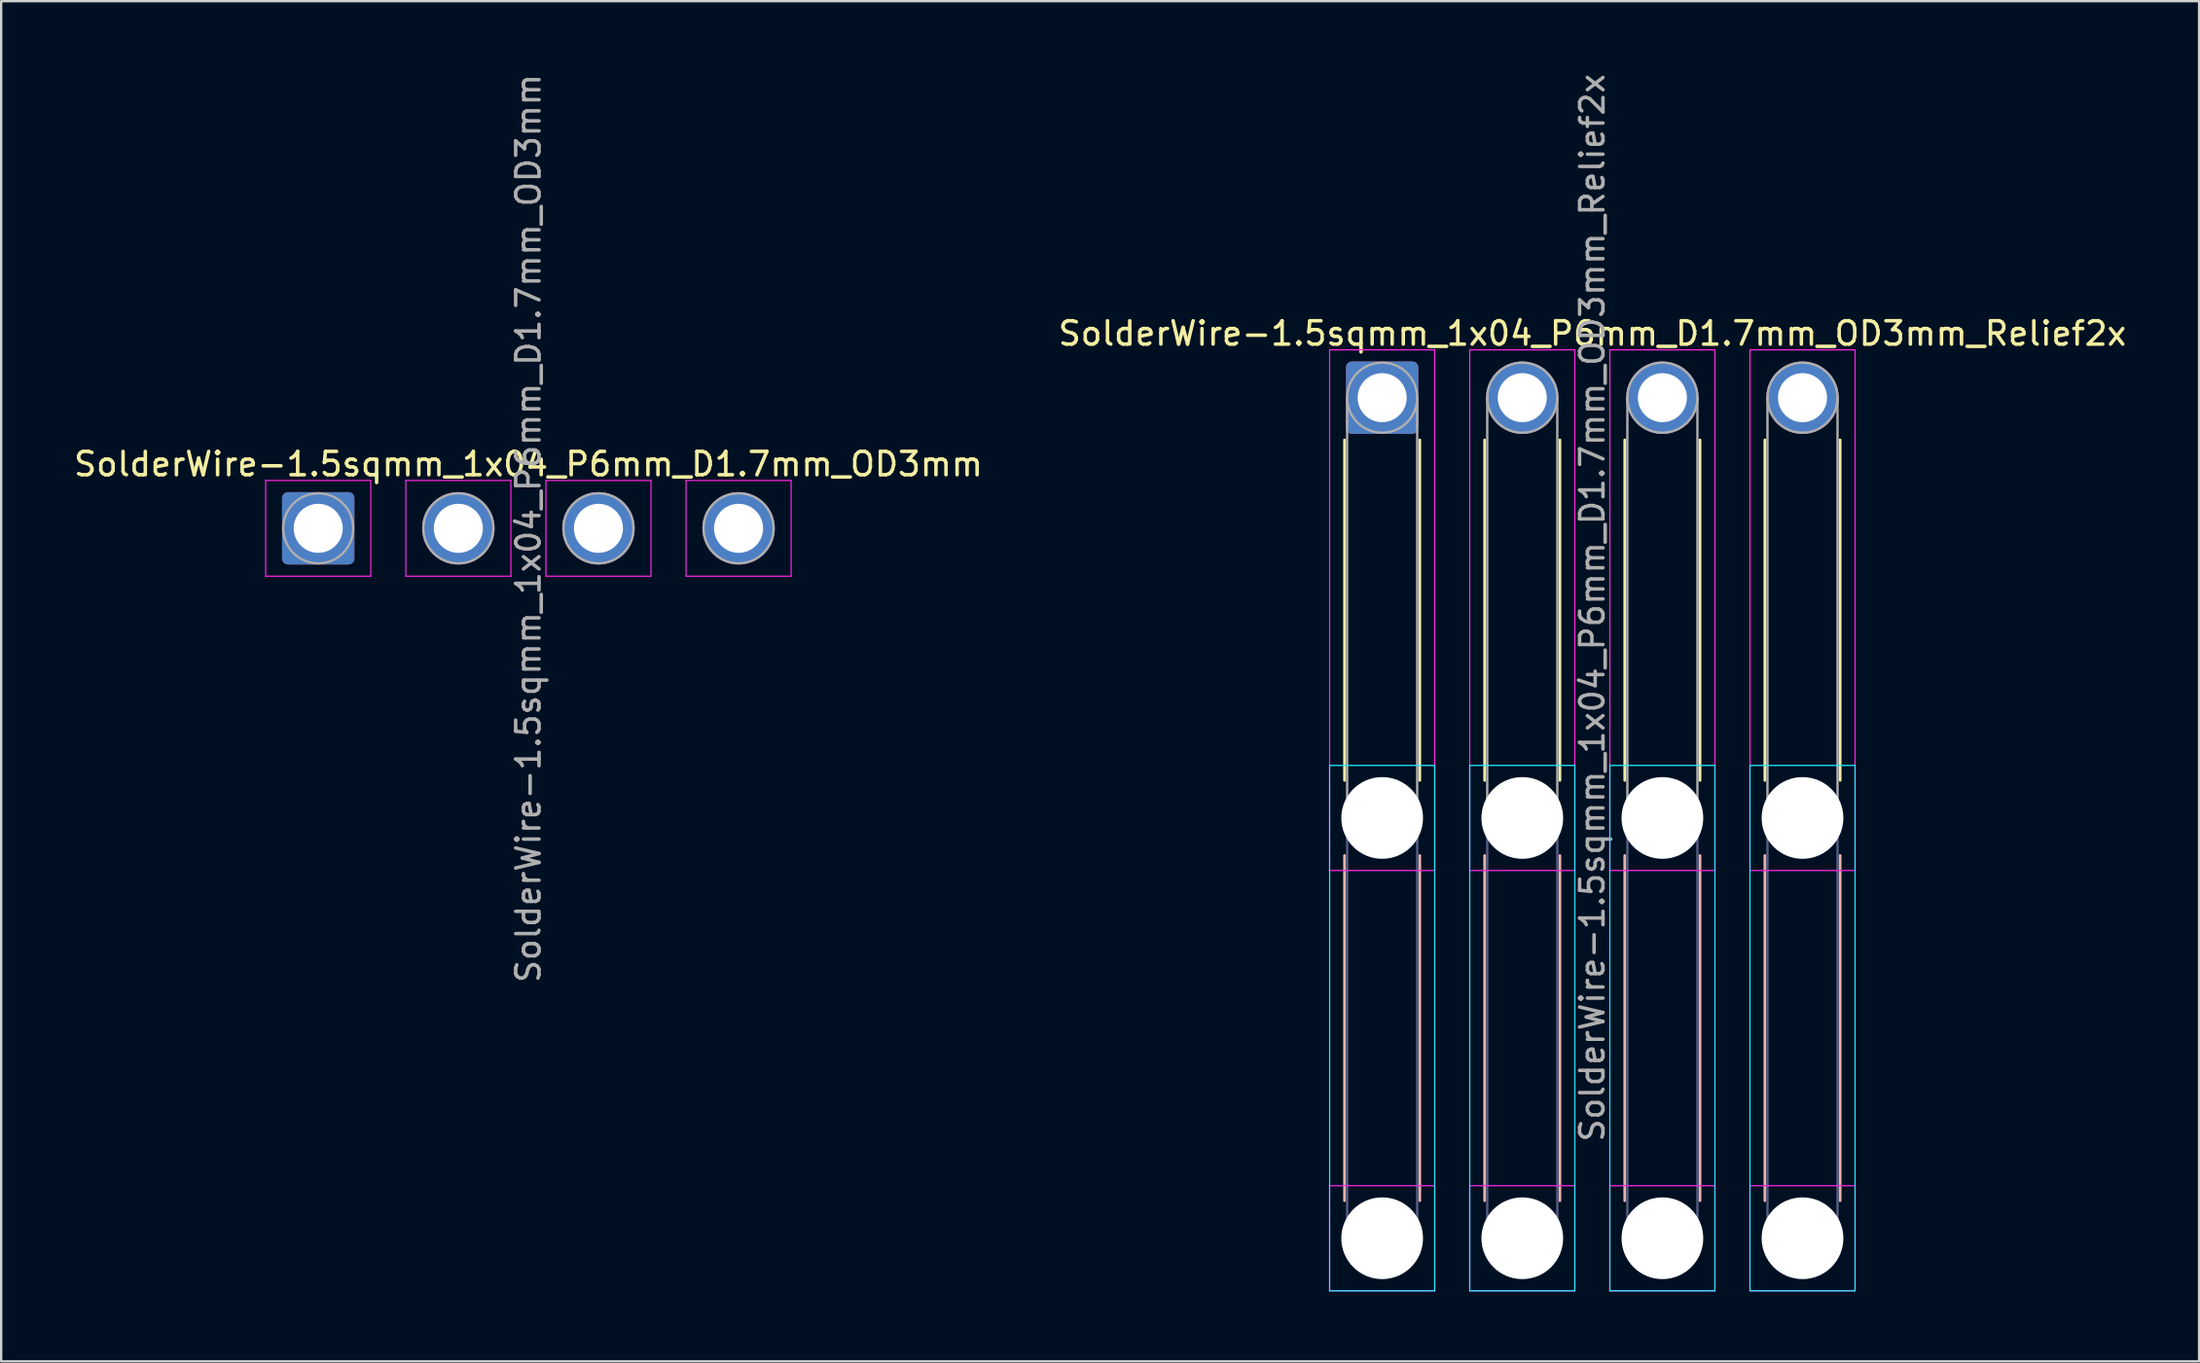
<source format=kicad_pcb>
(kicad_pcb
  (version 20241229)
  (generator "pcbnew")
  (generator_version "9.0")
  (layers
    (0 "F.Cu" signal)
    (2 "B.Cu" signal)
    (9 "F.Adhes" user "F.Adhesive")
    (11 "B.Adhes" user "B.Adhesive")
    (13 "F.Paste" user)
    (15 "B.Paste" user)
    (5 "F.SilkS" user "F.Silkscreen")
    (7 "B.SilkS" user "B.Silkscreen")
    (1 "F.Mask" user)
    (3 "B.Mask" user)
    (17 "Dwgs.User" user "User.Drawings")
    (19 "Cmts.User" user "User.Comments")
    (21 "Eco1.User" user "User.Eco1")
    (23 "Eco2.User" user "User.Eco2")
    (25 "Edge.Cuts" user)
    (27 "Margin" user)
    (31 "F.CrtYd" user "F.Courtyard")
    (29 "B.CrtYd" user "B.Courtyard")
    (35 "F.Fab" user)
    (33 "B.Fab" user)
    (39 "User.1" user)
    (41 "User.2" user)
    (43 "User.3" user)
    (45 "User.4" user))
  (footprint "SolderWire-1.5sqmm_1x04_P6mm_D1.7mm_OD3mm"
    (layer "F.Cu")
    (at 10.577 19.577)
    (property "Reference" "SolderWire-1.5sqmm_1x04_P6mm_D1.7mm_OD3mm" (at 9 -2.75 0) (layer "F.SilkS") (effects (font (size 1 1) (thickness 0.15))))
    (attr exclude_from_pos_files exclude_from_bom)
    (fp_line (start -2.25 -2.05) (end -2.25 2.05) (stroke (width 0.05) (type solid)) (layer "F.CrtYd"))
    (fp_line (start -2.25 2.05) (end 2.25 2.05) (stroke (width 0.05) (type solid)) (layer "F.CrtYd"))
    (fp_line (start 2.25 -2.05) (end -2.25 -2.05) (stroke (width 0.05) (type solid)) (layer "F.CrtYd"))
    (fp_line (start 2.25 2.05) (end 2.25 -2.05) (stroke (width 0.05) (type solid)) (layer "F.CrtYd"))
    (fp_line (start 3.75 -2.05) (end 3.75 2.05) (stroke (width 0.05) (type solid)) (layer "F.CrtYd"))
    (fp_line (start 3.75 2.05) (end 8.25 2.05) (stroke (width 0.05) (type solid)) (layer "F.CrtYd"))
    (fp_line (start 8.25 -2.05) (end 3.75 -2.05) (stroke (width 0.05) (type solid)) (layer "F.CrtYd"))
    (fp_line (start 8.25 2.05) (end 8.25 -2.05) (stroke (width 0.05) (type solid)) (layer "F.CrtYd"))
    (fp_line (start 9.75 -2.05) (end 9.75 2.05) (stroke (width 0.05) (type solid)) (layer "F.CrtYd"))
    (fp_line (start 9.75 2.05) (end 14.25 2.05) (stroke (width 0.05) (type solid)) (layer "F.CrtYd"))
    (fp_line (start 14.25 -2.05) (end 9.75 -2.05) (stroke (width 0.05) (type solid)) (layer "F.CrtYd"))
    (fp_line (start 14.25 2.05) (end 14.25 -2.05) (stroke (width 0.05) (type solid)) (layer "F.CrtYd"))
    (fp_line (start 15.75 -2.05) (end 15.75 2.05) (stroke (width 0.05) (type solid)) (layer "F.CrtYd"))
    (fp_line (start 15.75 2.05) (end 20.25 2.05) (stroke (width 0.05) (type solid)) (layer "F.CrtYd"))
    (fp_line (start 20.25 -2.05) (end 15.75 -2.05) (stroke (width 0.05) (type solid)) (layer "F.CrtYd"))
    (fp_line (start 20.25 2.05) (end 20.25 -2.05) (stroke (width 0.05) (type solid)) (layer "F.CrtYd"))
    (fp_circle (center 0 0) (end 1.5 0) (stroke (width 0.1) (type solid)) (fill no) (layer "F.Fab"))
    (fp_circle (center 6 0) (end 7.5 0) (stroke (width 0.1) (type solid)) (fill no) (layer "F.Fab"))
    (fp_circle (center 12 0) (end 13.5 0) (stroke (width 0.1) (type solid)) (fill no) (layer "F.Fab"))
    (fp_circle (center 18 0) (end 19.5 0) (stroke (width 0.1) (type solid)) (fill no) (layer "F.Fab"))
    (fp_text user "${REFERENCE}" (at 9 0 90) (layer "F.Fab") (effects (font (size 1 1) (thickness 0.15))))
    (pad "1" thru_hole roundrect (at 0 0) (size 3.1 3.1) (drill 2.1) (layers "*.Cu" "*.Mask") (roundrect_rratio 0.081))
    (pad "2" thru_hole circle (at 6 0) (size 3.1 3.1) (drill 2.1) (layers "*.Cu" "*.Mask"))
    (pad "3" thru_hole circle (at 12 0) (size 3.1 3.1) (drill 2.1) (layers "*.Cu" "*.Mask"))
    (pad "4" thru_hole circle (at 18 0) (size 3.1 3.1) (drill 2.1) (layers "*.Cu" "*.Mask")))
  (footprint "SolderWire-1.5sqmm_1x04_P6mm_D1.7mm_OD3mm_Relief2x"
    (layer "F.Cu")
    (at 56.137 13.982)
    (property "Reference" "SolderWire-1.5sqmm_1x04_P6mm_D1.7mm_OD3mm_Relief2x" (at 9 -2.75 0) (layer "F.SilkS") (effects (font (size 1 1) (thickness 0.15))))
    (attr exclude_from_pos_files exclude_from_bom)
    (fp_line (start -1.61 1.81) (end -1.61 16.39) (stroke (width 0.12) (type solid)) (layer "F.SilkS"))
    (fp_line (start 1.61 1.81) (end 1.61 16.39) (stroke (width 0.12) (type solid)) (layer "F.SilkS"))
    (fp_line (start 4.39 1.81) (end 4.39 16.39) (stroke (width 0.12) (type solid)) (layer "F.SilkS"))
    (fp_line (start 7.61 1.81) (end 7.61 16.39) (stroke (width 0.12) (type solid)) (layer "F.SilkS"))
    (fp_line (start 10.39 1.81) (end 10.39 16.39) (stroke (width 0.12) (type solid)) (layer "F.SilkS"))
    (fp_line (start 13.61 1.81) (end 13.61 16.39) (stroke (width 0.12) (type solid)) (layer "F.SilkS"))
    (fp_line (start 16.39 1.81) (end 16.39 16.39) (stroke (width 0.12) (type solid)) (layer "F.SilkS"))
    (fp_line (start 19.61 1.81) (end 19.61 16.39) (stroke (width 0.12) (type solid)) (layer "F.SilkS"))
    (fp_line (start -1.61 19.61) (end -1.61 34.39) (stroke (width 0.12) (type solid)) (layer "B.SilkS"))
    (fp_line (start 1.61 19.61) (end 1.61 34.39) (stroke (width 0.12) (type solid)) (layer "B.SilkS"))
    (fp_line (start 4.39 19.61) (end 4.39 34.39) (stroke (width 0.12) (type solid)) (layer "B.SilkS"))
    (fp_line (start 7.61 19.61) (end 7.61 34.39) (stroke (width 0.12) (type solid)) (layer "B.SilkS"))
    (fp_line (start 10.39 19.61) (end 10.39 34.39) (stroke (width 0.12) (type solid)) (layer "B.SilkS"))
    (fp_line (start 13.61 19.61) (end 13.61 34.39) (stroke (width 0.12) (type solid)) (layer "B.SilkS"))
    (fp_line (start 16.39 19.61) (end 16.39 34.39) (stroke (width 0.12) (type solid)) (layer "B.SilkS"))
    (fp_line (start 19.61 19.61) (end 19.61 34.39) (stroke (width 0.12) (type solid)) (layer "B.SilkS"))
    (fp_line (start -2.25 15.75) (end -2.25 38.25) (stroke (width 0.05) (type solid)) (layer "B.CrtYd"))
    (fp_line (start -2.25 38.25) (end 2.25 38.25) (stroke (width 0.05) (type solid)) (layer "B.CrtYd"))
    (fp_line (start 2.25 15.75) (end -2.25 15.75) (stroke (width 0.05) (type solid)) (layer "B.CrtYd"))
    (fp_line (start 2.25 38.25) (end 2.25 15.75) (stroke (width 0.05) (type solid)) (layer "B.CrtYd"))
    (fp_line (start 3.75 15.75) (end 3.75 38.25) (stroke (width 0.05) (type solid)) (layer "B.CrtYd"))
    (fp_line (start 3.75 38.25) (end 8.25 38.25) (stroke (width 0.05) (type solid)) (layer "B.CrtYd"))
    (fp_line (start 8.25 15.75) (end 3.75 15.75) (stroke (width 0.05) (type solid)) (layer "B.CrtYd"))
    (fp_line (start 8.25 38.25) (end 8.25 15.75) (stroke (width 0.05) (type solid)) (layer "B.CrtYd"))
    (fp_line (start 9.75 15.75) (end 9.75 38.25) (stroke (width 0.05) (type solid)) (layer "B.CrtYd"))
    (fp_line (start 9.75 38.25) (end 14.25 38.25) (stroke (width 0.05) (type solid)) (layer "B.CrtYd"))
    (fp_line (start 14.25 15.75) (end 9.75 15.75) (stroke (width 0.05) (type solid)) (layer "B.CrtYd"))
    (fp_line (start 14.25 38.25) (end 14.25 15.75) (stroke (width 0.05) (type solid)) (layer "B.CrtYd"))
    (fp_line (start 15.75 15.75) (end 15.75 38.25) (stroke (width 0.05) (type solid)) (layer "B.CrtYd"))
    (fp_line (start 15.75 38.25) (end 20.25 38.25) (stroke (width 0.05) (type solid)) (layer "B.CrtYd"))
    (fp_line (start 20.25 15.75) (end 15.75 15.75) (stroke (width 0.05) (type solid)) (layer "B.CrtYd"))
    (fp_line (start 20.25 38.25) (end 20.25 15.75) (stroke (width 0.05) (type solid)) (layer "B.CrtYd"))
    (fp_line (start -2.25 -2.05) (end -2.25 20.25) (stroke (width 0.05) (type solid)) (layer "F.CrtYd"))
    (fp_line (start -2.25 20.25) (end 2.25 20.25) (stroke (width 0.05) (type solid)) (layer "F.CrtYd"))
    (fp_line (start -2.25 33.75) (end -2.25 38.25) (stroke (width 0.05) (type solid)) (layer "F.CrtYd"))
    (fp_line (start -2.25 38.25) (end 2.25 38.25) (stroke (width 0.05) (type solid)) (layer "F.CrtYd"))
    (fp_line (start 2.25 -2.05) (end -2.25 -2.05) (stroke (width 0.05) (type solid)) (layer "F.CrtYd"))
    (fp_line (start 2.25 20.25) (end 2.25 -2.05) (stroke (width 0.05) (type solid)) (layer "F.CrtYd"))
    (fp_line (start 2.25 33.75) (end -2.25 33.75) (stroke (width 0.05) (type solid)) (layer "F.CrtYd"))
    (fp_line (start 2.25 38.25) (end 2.25 33.75) (stroke (width 0.05) (type solid)) (layer "F.CrtYd"))
    (fp_line (start 3.75 -2.05) (end 3.75 20.25) (stroke (width 0.05) (type solid)) (layer "F.CrtYd"))
    (fp_line (start 3.75 20.25) (end 8.25 20.25) (stroke (width 0.05) (type solid)) (layer "F.CrtYd"))
    (fp_line (start 3.75 33.75) (end 3.75 38.25) (stroke (width 0.05) (type solid)) (layer "F.CrtYd"))
    (fp_line (start 3.75 38.25) (end 8.25 38.25) (stroke (width 0.05) (type solid)) (layer "F.CrtYd"))
    (fp_line (start 8.25 -2.05) (end 3.75 -2.05) (stroke (width 0.05) (type solid)) (layer "F.CrtYd"))
    (fp_line (start 8.25 20.25) (end 8.25 -2.05) (stroke (width 0.05) (type solid)) (layer "F.CrtYd"))
    (fp_line (start 8.25 33.75) (end 3.75 33.75) (stroke (width 0.05) (type solid)) (layer "F.CrtYd"))
    (fp_line (start 8.25 38.25) (end 8.25 33.75) (stroke (width 0.05) (type solid)) (layer "F.CrtYd"))
    (fp_line (start 9.75 -2.05) (end 9.75 20.25) (stroke (width 0.05) (type solid)) (layer "F.CrtYd"))
    (fp_line (start 9.75 20.25) (end 14.25 20.25) (stroke (width 0.05) (type solid)) (layer "F.CrtYd"))
    (fp_line (start 9.75 33.75) (end 9.75 38.25) (stroke (width 0.05) (type solid)) (layer "F.CrtYd"))
    (fp_line (start 9.75 38.25) (end 14.25 38.25) (stroke (width 0.05) (type solid)) (layer "F.CrtYd"))
    (fp_line (start 14.25 -2.05) (end 9.75 -2.05) (stroke (width 0.05) (type solid)) (layer "F.CrtYd"))
    (fp_line (start 14.25 20.25) (end 14.25 -2.05) (stroke (width 0.05) (type solid)) (layer "F.CrtYd"))
    (fp_line (start 14.25 33.75) (end 9.75 33.75) (stroke (width 0.05) (type solid)) (layer "F.CrtYd"))
    (fp_line (start 14.25 38.25) (end 14.25 33.75) (stroke (width 0.05) (type solid)) (layer "F.CrtYd"))
    (fp_line (start 15.75 -2.05) (end 15.75 20.25) (stroke (width 0.05) (type solid)) (layer "F.CrtYd"))
    (fp_line (start 15.75 20.25) (end 20.25 20.25) (stroke (width 0.05) (type solid)) (layer "F.CrtYd"))
    (fp_line (start 15.75 33.75) (end 15.75 38.25) (stroke (width 0.05) (type solid)) (layer "F.CrtYd"))
    (fp_line (start 15.75 38.25) (end 20.25 38.25) (stroke (width 0.05) (type solid)) (layer "F.CrtYd"))
    (fp_line (start 20.25 -2.05) (end 15.75 -2.05) (stroke (width 0.05) (type solid)) (layer "F.CrtYd"))
    (fp_line (start 20.25 20.25) (end 20.25 -2.05) (stroke (width 0.05) (type solid)) (layer "F.CrtYd"))
    (fp_line (start 20.25 33.75) (end 15.75 33.75) (stroke (width 0.05) (type solid)) (layer "F.CrtYd"))
    (fp_line (start 20.25 38.25) (end 20.25 33.75) (stroke (width 0.05) (type solid)) (layer "F.CrtYd"))
    (fp_line (start -1.5 18) (end -1.5 36) (stroke (width 0.1) (type solid)) (layer "B.Fab"))
    (fp_line (start 1.5 18) (end 1.5 36) (stroke (width 0.1) (type solid)) (layer "B.Fab"))
    (fp_line (start 4.5 18) (end 4.5 36) (stroke (width 0.1) (type solid)) (layer "B.Fab"))
    (fp_line (start 7.5 18) (end 7.5 36) (stroke (width 0.1) (type solid)) (layer "B.Fab"))
    (fp_line (start 10.5 18) (end 10.5 36) (stroke (width 0.1) (type solid)) (layer "B.Fab"))
    (fp_line (start 13.5 18) (end 13.5 36) (stroke (width 0.1) (type solid)) (layer "B.Fab"))
    (fp_line (start 16.5 18) (end 16.5 36) (stroke (width 0.1) (type solid)) (layer "B.Fab"))
    (fp_line (start 19.5 18) (end 19.5 36) (stroke (width 0.1) (type solid)) (layer "B.Fab"))
    (fp_circle (center 0 18) (end 1.5 18) (stroke (width 0.1) (type solid)) (fill no) (layer "B.Fab"))
    (fp_circle (center 0 36) (end 1.5 36) (stroke (width 0.1) (type solid)) (fill no) (layer "B.Fab"))
    (fp_circle (center 6 18) (end 7.5 18) (stroke (width 0.1) (type solid)) (fill no) (layer "B.Fab"))
    (fp_circle (center 6 36) (end 7.5 36) (stroke (width 0.1) (type solid)) (fill no) (layer "B.Fab"))
    (fp_circle (center 12 18) (end 13.5 18) (stroke (width 0.1) (type solid)) (fill no) (layer "B.Fab"))
    (fp_circle (center 12 36) (end 13.5 36) (stroke (width 0.1) (type solid)) (fill no) (layer "B.Fab"))
    (fp_circle (center 18 18) (end 19.5 18) (stroke (width 0.1) (type solid)) (fill no) (layer "B.Fab"))
    (fp_circle (center 18 36) (end 19.5 36) (stroke (width 0.1) (type solid)) (fill no) (layer "B.Fab"))
    (fp_line (start -1.5 0) (end -1.5 18) (stroke (width 0.1) (type solid)) (layer "F.Fab"))
    (fp_line (start 1.5 0) (end 1.5 18) (stroke (width 0.1) (type solid)) (layer "F.Fab"))
    (fp_line (start 4.5 0) (end 4.5 18) (stroke (width 0.1) (type solid)) (layer "F.Fab"))
    (fp_line (start 7.5 0) (end 7.5 18) (stroke (width 0.1) (type solid)) (layer "F.Fab"))
    (fp_line (start 10.5 0) (end 10.5 18) (stroke (width 0.1) (type solid)) (layer "F.Fab"))
    (fp_line (start 13.5 0) (end 13.5 18) (stroke (width 0.1) (type solid)) (layer "F.Fab"))
    (fp_line (start 16.5 0) (end 16.5 18) (stroke (width 0.1) (type solid)) (layer "F.Fab"))
    (fp_line (start 19.5 0) (end 19.5 18) (stroke (width 0.1) (type solid)) (layer "F.Fab"))
    (fp_circle (center 0 0) (end 1.5 0) (stroke (width 0.1) (type solid)) (fill no) (layer "F.Fab"))
    (fp_circle (center 0 18) (end 1.5 18) (stroke (width 0.1) (type solid)) (fill no) (layer "F.Fab"))
    (fp_circle (center 0 36) (end 1.5 36) (stroke (width 0.1) (type solid)) (fill no) (layer "F.Fab"))
    (fp_circle (center 6 0) (end 7.5 0) (stroke (width 0.1) (type solid)) (fill no) (layer "F.Fab"))
    (fp_circle (center 6 18) (end 7.5 18) (stroke (width 0.1) (type solid)) (fill no) (layer "F.Fab"))
    (fp_circle (center 6 36) (end 7.5 36) (stroke (width 0.1) (type solid)) (fill no) (layer "F.Fab"))
    (fp_circle (center 12 0) (end 13.5 0) (stroke (width 0.1) (type solid)) (fill no) (layer "F.Fab"))
    (fp_circle (center 12 18) (end 13.5 18) (stroke (width 0.1) (type solid)) (fill no) (layer "F.Fab"))
    (fp_circle (center 12 36) (end 13.5 36) (stroke (width 0.1) (type solid)) (fill no) (layer "F.Fab"))
    (fp_circle (center 18 0) (end 19.5 0) (stroke (width 0.1) (type solid)) (fill no) (layer "F.Fab"))
    (fp_circle (center 18 18) (end 19.5 18) (stroke (width 0.1) (type solid)) (fill no) (layer "F.Fab"))
    (fp_circle (center 18 36) (end 19.5 36) (stroke (width 0.1) (type solid)) (fill no) (layer "F.Fab"))
    (fp_text user "${REFERENCE}" (at 9 9 90) (layer "F.Fab") (effects (font (size 1 1) (thickness 0.15))))
    (pad "" np_thru_hole circle (at 0 18) (size 3.5 3.5) (drill 3.5) (layers "*.Cu" "*.Mask"))
    (pad "" np_thru_hole circle (at 0 36) (size 3.5 3.5) (drill 3.5) (layers "*.Cu" "*.Mask"))
    (pad "" np_thru_hole circle (at 6 18) (size 3.5 3.5) (drill 3.5) (layers "*.Cu" "*.Mask"))
    (pad "" np_thru_hole circle (at 6 36) (size 3.5 3.5) (drill 3.5) (layers "*.Cu" "*.Mask"))
    (pad "" np_thru_hole circle (at 12 18) (size 3.5 3.5) (drill 3.5) (layers "*.Cu" "*.Mask"))
    (pad "" np_thru_hole circle (at 12 36) (size 3.5 3.5) (drill 3.5) (layers "*.Cu" "*.Mask"))
    (pad "" np_thru_hole circle (at 18 18) (size 3.5 3.5) (drill 3.5) (layers "*.Cu" "*.Mask"))
    (pad "" np_thru_hole circle (at 18 36) (size 3.5 3.5) (drill 3.5) (layers "*.Cu" "*.Mask"))
    (pad "1" thru_hole roundrect (at 0 0) (size 3.1 3.1) (drill 2.1) (layers "*.Cu" "*.Mask") (roundrect_rratio 0.081))
    (pad "2" thru_hole circle (at 6 0) (size 3.1 3.1) (drill 2.1) (layers "*.Cu" "*.Mask"))
    (pad "3" thru_hole circle (at 12 0) (size 3.1 3.1) (drill 2.1) (layers "*.Cu" "*.Mask"))
    (pad "4" thru_hole circle (at 18 0) (size 3.1 3.1) (drill 2.1) (layers "*.Cu" "*.Mask")))
  (gr_rect
    (start -3 -3)
    (end 91.119 55.257)
    (stroke (width 0.1) (type default))
    (fill no)
    (layer "Edge.Cuts")))
</source>
